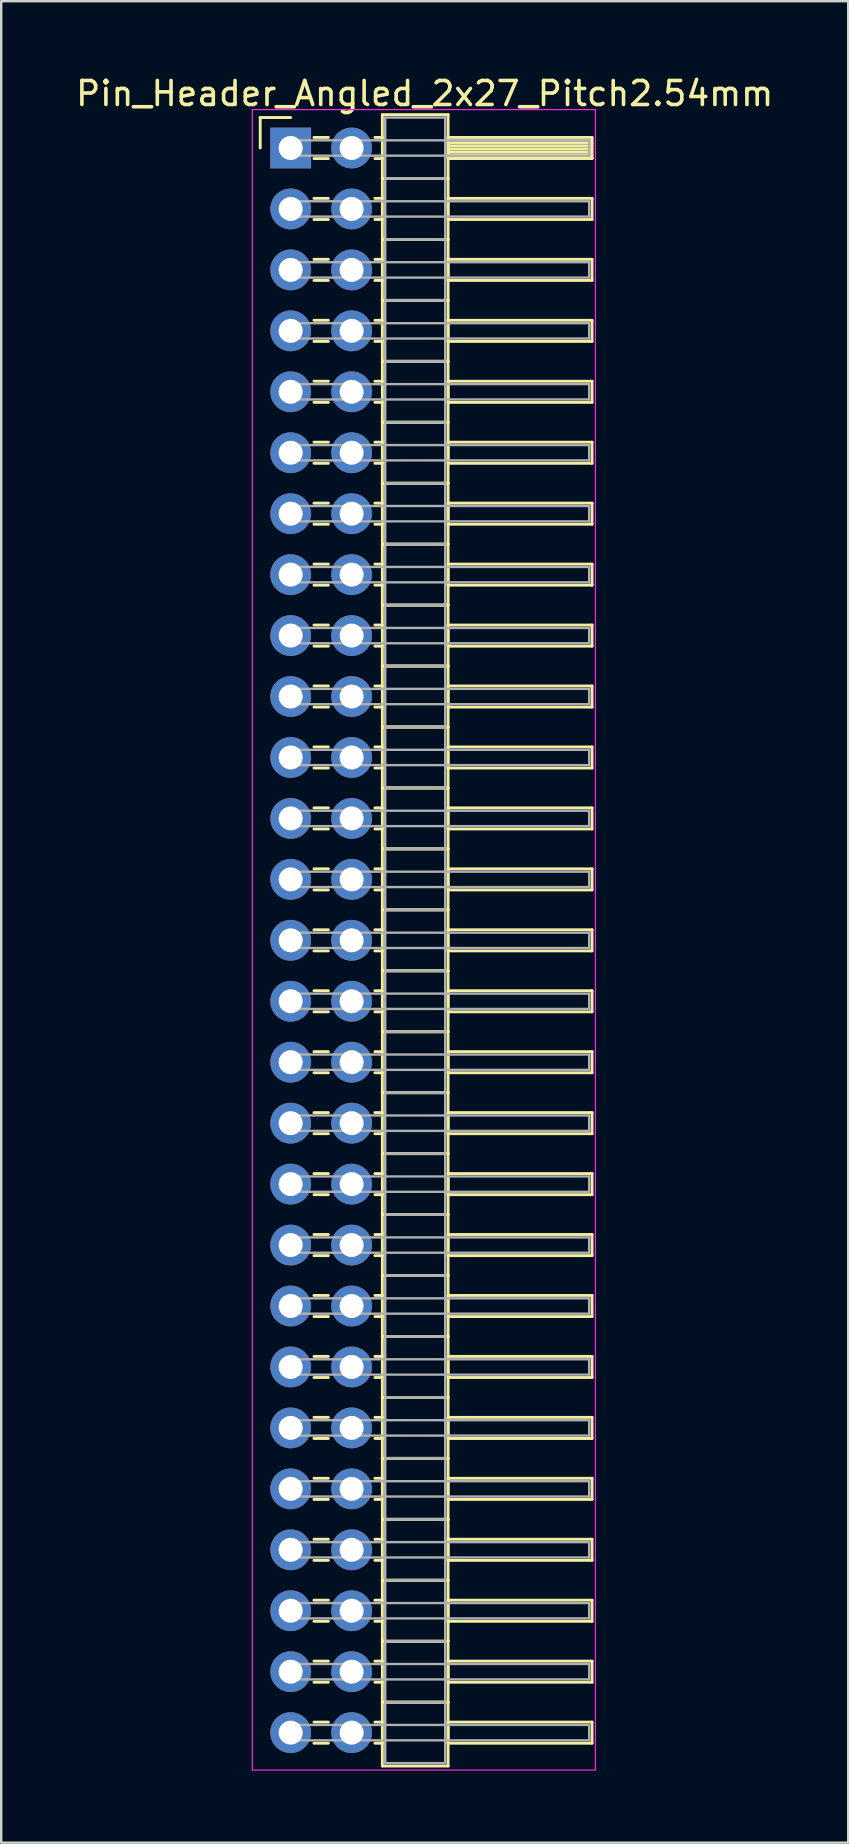
<source format=kicad_pcb>
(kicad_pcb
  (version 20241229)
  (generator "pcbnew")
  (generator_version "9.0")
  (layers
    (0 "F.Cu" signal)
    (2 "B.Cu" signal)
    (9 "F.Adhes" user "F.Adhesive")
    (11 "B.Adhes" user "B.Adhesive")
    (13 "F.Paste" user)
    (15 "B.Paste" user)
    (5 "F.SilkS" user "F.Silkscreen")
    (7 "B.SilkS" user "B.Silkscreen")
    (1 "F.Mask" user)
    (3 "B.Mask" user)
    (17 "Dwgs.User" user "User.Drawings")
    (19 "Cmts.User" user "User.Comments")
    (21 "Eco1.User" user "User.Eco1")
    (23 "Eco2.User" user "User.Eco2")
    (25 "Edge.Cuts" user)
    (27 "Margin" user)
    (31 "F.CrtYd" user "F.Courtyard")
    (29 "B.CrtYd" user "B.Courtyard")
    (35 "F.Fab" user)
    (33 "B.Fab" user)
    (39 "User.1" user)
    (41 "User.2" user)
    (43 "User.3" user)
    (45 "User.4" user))
  (footprint "Pin_Header_Angled_2x27_Pitch2.54mm"
    (layer "F.Cu")
    (at 9.064 3.118)
    (property "Reference" "Pin_Header_Angled_2x27_Pitch2.54mm" (at 5.585 -2.27 0) (layer "F.SilkS") (effects (font (size 1 1) (thickness 0.15))))
    (attr through_hole)
    (fp_line (start -1.27 -1.27) (end 0 -1.27) (stroke (width 0.12) (type solid)) (layer "F.SilkS"))
    (fp_line (start -1.27 0) (end -1.27 -1.27) (stroke (width 0.12) (type solid)) (layer "F.SilkS"))
    (fp_line (start 0.97 -0.44) (end 1.57 -0.44) (stroke (width 0.12) (type solid)) (layer "F.SilkS"))
    (fp_line (start 0.97 0.44) (end 1.57 0.44) (stroke (width 0.12) (type solid)) (layer "F.SilkS"))
    (fp_line (start 0.97 2.1) (end 1.57 2.1) (stroke (width 0.12) (type solid)) (layer "F.SilkS"))
    (fp_line (start 0.97 2.98) (end 1.57 2.98) (stroke (width 0.12) (type solid)) (layer "F.SilkS"))
    (fp_line (start 0.97 4.64) (end 1.57 4.64) (stroke (width 0.12) (type solid)) (layer "F.SilkS"))
    (fp_line (start 0.97 5.52) (end 1.57 5.52) (stroke (width 0.12) (type solid)) (layer "F.SilkS"))
    (fp_line (start 0.97 7.18) (end 1.57 7.18) (stroke (width 0.12) (type solid)) (layer "F.SilkS"))
    (fp_line (start 0.97 8.06) (end 1.57 8.06) (stroke (width 0.12) (type solid)) (layer "F.SilkS"))
    (fp_line (start 0.97 9.72) (end 1.57 9.72) (stroke (width 0.12) (type solid)) (layer "F.SilkS"))
    (fp_line (start 0.97 10.6) (end 1.57 10.6) (stroke (width 0.12) (type solid)) (layer "F.SilkS"))
    (fp_line (start 0.97 12.26) (end 1.57 12.26) (stroke (width 0.12) (type solid)) (layer "F.SilkS"))
    (fp_line (start 0.97 13.14) (end 1.57 13.14) (stroke (width 0.12) (type solid)) (layer "F.SilkS"))
    (fp_line (start 0.97 14.8) (end 1.57 14.8) (stroke (width 0.12) (type solid)) (layer "F.SilkS"))
    (fp_line (start 0.97 15.68) (end 1.57 15.68) (stroke (width 0.12) (type solid)) (layer "F.SilkS"))
    (fp_line (start 0.97 17.34) (end 1.57 17.34) (stroke (width 0.12) (type solid)) (layer "F.SilkS"))
    (fp_line (start 0.97 18.22) (end 1.57 18.22) (stroke (width 0.12) (type solid)) (layer "F.SilkS"))
    (fp_line (start 0.97 19.88) (end 1.57 19.88) (stroke (width 0.12) (type solid)) (layer "F.SilkS"))
    (fp_line (start 0.97 20.76) (end 1.57 20.76) (stroke (width 0.12) (type solid)) (layer "F.SilkS"))
    (fp_line (start 0.97 22.42) (end 1.57 22.42) (stroke (width 0.12) (type solid)) (layer "F.SilkS"))
    (fp_line (start 0.97 23.3) (end 1.57 23.3) (stroke (width 0.12) (type solid)) (layer "F.SilkS"))
    (fp_line (start 0.97 24.96) (end 1.57 24.96) (stroke (width 0.12) (type solid)) (layer "F.SilkS"))
    (fp_line (start 0.97 25.84) (end 1.57 25.84) (stroke (width 0.12) (type solid)) (layer "F.SilkS"))
    (fp_line (start 0.97 27.5) (end 1.57 27.5) (stroke (width 0.12) (type solid)) (layer "F.SilkS"))
    (fp_line (start 0.97 28.38) (end 1.57 28.38) (stroke (width 0.12) (type solid)) (layer "F.SilkS"))
    (fp_line (start 0.97 30.04) (end 1.57 30.04) (stroke (width 0.12) (type solid)) (layer "F.SilkS"))
    (fp_line (start 0.97 30.92) (end 1.57 30.92) (stroke (width 0.12) (type solid)) (layer "F.SilkS"))
    (fp_line (start 0.97 32.58) (end 1.57 32.58) (stroke (width 0.12) (type solid)) (layer "F.SilkS"))
    (fp_line (start 0.97 33.46) (end 1.57 33.46) (stroke (width 0.12) (type solid)) (layer "F.SilkS"))
    (fp_line (start 0.97 35.12) (end 1.57 35.12) (stroke (width 0.12) (type solid)) (layer "F.SilkS"))
    (fp_line (start 0.97 36) (end 1.57 36) (stroke (width 0.12) (type solid)) (layer "F.SilkS"))
    (fp_line (start 0.97 37.66) (end 1.57 37.66) (stroke (width 0.12) (type solid)) (layer "F.SilkS"))
    (fp_line (start 0.97 38.54) (end 1.57 38.54) (stroke (width 0.12) (type solid)) (layer "F.SilkS"))
    (fp_line (start 0.97 40.2) (end 1.57 40.2) (stroke (width 0.12) (type solid)) (layer "F.SilkS"))
    (fp_line (start 0.97 41.08) (end 1.57 41.08) (stroke (width 0.12) (type solid)) (layer "F.SilkS"))
    (fp_line (start 0.97 42.74) (end 1.57 42.74) (stroke (width 0.12) (type solid)) (layer "F.SilkS"))
    (fp_line (start 0.97 43.62) (end 1.57 43.62) (stroke (width 0.12) (type solid)) (layer "F.SilkS"))
    (fp_line (start 0.97 45.28) (end 1.57 45.28) (stroke (width 0.12) (type solid)) (layer "F.SilkS"))
    (fp_line (start 0.97 46.16) (end 1.57 46.16) (stroke (width 0.12) (type solid)) (layer "F.SilkS"))
    (fp_line (start 0.97 47.82) (end 1.57 47.82) (stroke (width 0.12) (type solid)) (layer "F.SilkS"))
    (fp_line (start 0.97 48.7) (end 1.57 48.7) (stroke (width 0.12) (type solid)) (layer "F.SilkS"))
    (fp_line (start 0.97 50.36) (end 1.57 50.36) (stroke (width 0.12) (type solid)) (layer "F.SilkS"))
    (fp_line (start 0.97 51.24) (end 1.57 51.24) (stroke (width 0.12) (type solid)) (layer "F.SilkS"))
    (fp_line (start 0.97 52.9) (end 1.57 52.9) (stroke (width 0.12) (type solid)) (layer "F.SilkS"))
    (fp_line (start 0.97 53.78) (end 1.57 53.78) (stroke (width 0.12) (type solid)) (layer "F.SilkS"))
    (fp_line (start 0.97 55.44) (end 1.57 55.44) (stroke (width 0.12) (type solid)) (layer "F.SilkS"))
    (fp_line (start 0.97 56.32) (end 1.57 56.32) (stroke (width 0.12) (type solid)) (layer "F.SilkS"))
    (fp_line (start 0.97 57.98) (end 1.57 57.98) (stroke (width 0.12) (type solid)) (layer "F.SilkS"))
    (fp_line (start 0.97 58.86) (end 1.57 58.86) (stroke (width 0.12) (type solid)) (layer "F.SilkS"))
    (fp_line (start 0.97 60.52) (end 1.57 60.52) (stroke (width 0.12) (type solid)) (layer "F.SilkS"))
    (fp_line (start 0.97 61.4) (end 1.57 61.4) (stroke (width 0.12) (type solid)) (layer "F.SilkS"))
    (fp_line (start 0.97 63.06) (end 1.57 63.06) (stroke (width 0.12) (type solid)) (layer "F.SilkS"))
    (fp_line (start 0.97 63.94) (end 1.57 63.94) (stroke (width 0.12) (type solid)) (layer "F.SilkS"))
    (fp_line (start 0.97 65.6) (end 1.57 65.6) (stroke (width 0.12) (type solid)) (layer "F.SilkS"))
    (fp_line (start 0.97 66.48) (end 1.57 66.48) (stroke (width 0.12) (type solid)) (layer "F.SilkS"))
    (fp_line (start 3.51 -0.44) (end 3.82 -0.44) (stroke (width 0.12) (type solid)) (layer "F.SilkS"))
    (fp_line (start 3.51 0.44) (end 3.82 0.44) (stroke (width 0.12) (type solid)) (layer "F.SilkS"))
    (fp_line (start 3.51 2.1) (end 3.82 2.1) (stroke (width 0.12) (type solid)) (layer "F.SilkS"))
    (fp_line (start 3.51 2.98) (end 3.82 2.98) (stroke (width 0.12) (type solid)) (layer "F.SilkS"))
    (fp_line (start 3.51 4.64) (end 3.82 4.64) (stroke (width 0.12) (type solid)) (layer "F.SilkS"))
    (fp_line (start 3.51 5.52) (end 3.82 5.52) (stroke (width 0.12) (type solid)) (layer "F.SilkS"))
    (fp_line (start 3.51 7.18) (end 3.82 7.18) (stroke (width 0.12) (type solid)) (layer "F.SilkS"))
    (fp_line (start 3.51 8.06) (end 3.82 8.06) (stroke (width 0.12) (type solid)) (layer "F.SilkS"))
    (fp_line (start 3.51 9.72) (end 3.82 9.72) (stroke (width 0.12) (type solid)) (layer "F.SilkS"))
    (fp_line (start 3.51 10.6) (end 3.82 10.6) (stroke (width 0.12) (type solid)) (layer "F.SilkS"))
    (fp_line (start 3.51 12.26) (end 3.82 12.26) (stroke (width 0.12) (type solid)) (layer "F.SilkS"))
    (fp_line (start 3.51 13.14) (end 3.82 13.14) (stroke (width 0.12) (type solid)) (layer "F.SilkS"))
    (fp_line (start 3.51 14.8) (end 3.82 14.8) (stroke (width 0.12) (type solid)) (layer "F.SilkS"))
    (fp_line (start 3.51 15.68) (end 3.82 15.68) (stroke (width 0.12) (type solid)) (layer "F.SilkS"))
    (fp_line (start 3.51 17.34) (end 3.82 17.34) (stroke (width 0.12) (type solid)) (layer "F.SilkS"))
    (fp_line (start 3.51 18.22) (end 3.82 18.22) (stroke (width 0.12) (type solid)) (layer "F.SilkS"))
    (fp_line (start 3.51 19.88) (end 3.82 19.88) (stroke (width 0.12) (type solid)) (layer "F.SilkS"))
    (fp_line (start 3.51 20.76) (end 3.82 20.76) (stroke (width 0.12) (type solid)) (layer "F.SilkS"))
    (fp_line (start 3.51 22.42) (end 3.82 22.42) (stroke (width 0.12) (type solid)) (layer "F.SilkS"))
    (fp_line (start 3.51 23.3) (end 3.82 23.3) (stroke (width 0.12) (type solid)) (layer "F.SilkS"))
    (fp_line (start 3.51 24.96) (end 3.82 24.96) (stroke (width 0.12) (type solid)) (layer "F.SilkS"))
    (fp_line (start 3.51 25.84) (end 3.82 25.84) (stroke (width 0.12) (type solid)) (layer "F.SilkS"))
    (fp_line (start 3.51 27.5) (end 3.82 27.5) (stroke (width 0.12) (type solid)) (layer "F.SilkS"))
    (fp_line (start 3.51 28.38) (end 3.82 28.38) (stroke (width 0.12) (type solid)) (layer "F.SilkS"))
    (fp_line (start 3.51 30.04) (end 3.82 30.04) (stroke (width 0.12) (type solid)) (layer "F.SilkS"))
    (fp_line (start 3.51 30.92) (end 3.82 30.92) (stroke (width 0.12) (type solid)) (layer "F.SilkS"))
    (fp_line (start 3.51 32.58) (end 3.82 32.58) (stroke (width 0.12) (type solid)) (layer "F.SilkS"))
    (fp_line (start 3.51 33.46) (end 3.82 33.46) (stroke (width 0.12) (type solid)) (layer "F.SilkS"))
    (fp_line (start 3.51 35.12) (end 3.82 35.12) (stroke (width 0.12) (type solid)) (layer "F.SilkS"))
    (fp_line (start 3.51 36) (end 3.82 36) (stroke (width 0.12) (type solid)) (layer "F.SilkS"))
    (fp_line (start 3.51 37.66) (end 3.82 37.66) (stroke (width 0.12) (type solid)) (layer "F.SilkS"))
    (fp_line (start 3.51 38.54) (end 3.82 38.54) (stroke (width 0.12) (type solid)) (layer "F.SilkS"))
    (fp_line (start 3.51 40.2) (end 3.82 40.2) (stroke (width 0.12) (type solid)) (layer "F.SilkS"))
    (fp_line (start 3.51 41.08) (end 3.82 41.08) (stroke (width 0.12) (type solid)) (layer "F.SilkS"))
    (fp_line (start 3.51 42.74) (end 3.82 42.74) (stroke (width 0.12) (type solid)) (layer "F.SilkS"))
    (fp_line (start 3.51 43.62) (end 3.82 43.62) (stroke (width 0.12) (type solid)) (layer "F.SilkS"))
    (fp_line (start 3.51 45.28) (end 3.82 45.28) (stroke (width 0.12) (type solid)) (layer "F.SilkS"))
    (fp_line (start 3.51 46.16) (end 3.82 46.16) (stroke (width 0.12) (type solid)) (layer "F.SilkS"))
    (fp_line (start 3.51 47.82) (end 3.82 47.82) (stroke (width 0.12) (type solid)) (layer "F.SilkS"))
    (fp_line (start 3.51 48.7) (end 3.82 48.7) (stroke (width 0.12) (type solid)) (layer "F.SilkS"))
    (fp_line (start 3.51 50.36) (end 3.82 50.36) (stroke (width 0.12) (type solid)) (layer "F.SilkS"))
    (fp_line (start 3.51 51.24) (end 3.82 51.24) (stroke (width 0.12) (type solid)) (layer "F.SilkS"))
    (fp_line (start 3.51 52.9) (end 3.82 52.9) (stroke (width 0.12) (type solid)) (layer "F.SilkS"))
    (fp_line (start 3.51 53.78) (end 3.82 53.78) (stroke (width 0.12) (type solid)) (layer "F.SilkS"))
    (fp_line (start 3.51 55.44) (end 3.82 55.44) (stroke (width 0.12) (type solid)) (layer "F.SilkS"))
    (fp_line (start 3.51 56.32) (end 3.82 56.32) (stroke (width 0.12) (type solid)) (layer "F.SilkS"))
    (fp_line (start 3.51 57.98) (end 3.82 57.98) (stroke (width 0.12) (type solid)) (layer "F.SilkS"))
    (fp_line (start 3.51 58.86) (end 3.82 58.86) (stroke (width 0.12) (type solid)) (layer "F.SilkS"))
    (fp_line (start 3.51 60.52) (end 3.82 60.52) (stroke (width 0.12) (type solid)) (layer "F.SilkS"))
    (fp_line (start 3.51 61.4) (end 3.82 61.4) (stroke (width 0.12) (type solid)) (layer "F.SilkS"))
    (fp_line (start 3.51 63.06) (end 3.82 63.06) (stroke (width 0.12) (type solid)) (layer "F.SilkS"))
    (fp_line (start 3.51 63.94) (end 3.82 63.94) (stroke (width 0.12) (type solid)) (layer "F.SilkS"))
    (fp_line (start 3.51 65.6) (end 3.82 65.6) (stroke (width 0.12) (type solid)) (layer "F.SilkS"))
    (fp_line (start 3.51 66.48) (end 3.82 66.48) (stroke (width 0.12) (type solid)) (layer "F.SilkS"))
    (fp_line (start 3.82 -1.39) (end 3.82 1.27) (stroke (width 0.12) (type solid)) (layer "F.SilkS"))
    (fp_line (start 3.82 1.27) (end 3.82 3.81) (stroke (width 0.12) (type solid)) (layer "F.SilkS"))
    (fp_line (start 3.82 1.27) (end 6.56 1.27) (stroke (width 0.12) (type solid)) (layer "F.SilkS"))
    (fp_line (start 3.82 3.81) (end 3.82 6.35) (stroke (width 0.12) (type solid)) (layer "F.SilkS"))
    (fp_line (start 3.82 3.81) (end 6.56 3.81) (stroke (width 0.12) (type solid)) (layer "F.SilkS"))
    (fp_line (start 3.82 6.35) (end 3.82 8.89) (stroke (width 0.12) (type solid)) (layer "F.SilkS"))
    (fp_line (start 3.82 6.35) (end 6.56 6.35) (stroke (width 0.12) (type solid)) (layer "F.SilkS"))
    (fp_line (start 3.82 8.89) (end 3.82 11.43) (stroke (width 0.12) (type solid)) (layer "F.SilkS"))
    (fp_line (start 3.82 8.89) (end 6.56 8.89) (stroke (width 0.12) (type solid)) (layer "F.SilkS"))
    (fp_line (start 3.82 11.43) (end 3.82 13.97) (stroke (width 0.12) (type solid)) (layer "F.SilkS"))
    (fp_line (start 3.82 11.43) (end 6.56 11.43) (stroke (width 0.12) (type solid)) (layer "F.SilkS"))
    (fp_line (start 3.82 13.97) (end 3.82 16.51) (stroke (width 0.12) (type solid)) (layer "F.SilkS"))
    (fp_line (start 3.82 13.97) (end 6.56 13.97) (stroke (width 0.12) (type solid)) (layer "F.SilkS"))
    (fp_line (start 3.82 16.51) (end 3.82 19.05) (stroke (width 0.12) (type solid)) (layer "F.SilkS"))
    (fp_line (start 3.82 16.51) (end 6.56 16.51) (stroke (width 0.12) (type solid)) (layer "F.SilkS"))
    (fp_line (start 3.82 19.05) (end 3.82 21.59) (stroke (width 0.12) (type solid)) (layer "F.SilkS"))
    (fp_line (start 3.82 19.05) (end 6.56 19.05) (stroke (width 0.12) (type solid)) (layer "F.SilkS"))
    (fp_line (start 3.82 21.59) (end 3.82 24.13) (stroke (width 0.12) (type solid)) (layer "F.SilkS"))
    (fp_line (start 3.82 21.59) (end 6.56 21.59) (stroke (width 0.12) (type solid)) (layer "F.SilkS"))
    (fp_line (start 3.82 24.13) (end 3.82 26.67) (stroke (width 0.12) (type solid)) (layer "F.SilkS"))
    (fp_line (start 3.82 24.13) (end 6.56 24.13) (stroke (width 0.12) (type solid)) (layer "F.SilkS"))
    (fp_line (start 3.82 26.67) (end 3.82 29.21) (stroke (width 0.12) (type solid)) (layer "F.SilkS"))
    (fp_line (start 3.82 26.67) (end 6.56 26.67) (stroke (width 0.12) (type solid)) (layer "F.SilkS"))
    (fp_line (start 3.82 29.21) (end 3.82 31.75) (stroke (width 0.12) (type solid)) (layer "F.SilkS"))
    (fp_line (start 3.82 29.21) (end 6.56 29.21) (stroke (width 0.12) (type solid)) (layer "F.SilkS"))
    (fp_line (start 3.82 31.75) (end 3.82 34.29) (stroke (width 0.12) (type solid)) (layer "F.SilkS"))
    (fp_line (start 3.82 31.75) (end 6.56 31.75) (stroke (width 0.12) (type solid)) (layer "F.SilkS"))
    (fp_line (start 3.82 34.29) (end 3.82 36.83) (stroke (width 0.12) (type solid)) (layer "F.SilkS"))
    (fp_line (start 3.82 34.29) (end 6.56 34.29) (stroke (width 0.12) (type solid)) (layer "F.SilkS"))
    (fp_line (start 3.82 36.83) (end 3.82 39.37) (stroke (width 0.12) (type solid)) (layer "F.SilkS"))
    (fp_line (start 3.82 36.83) (end 6.56 36.83) (stroke (width 0.12) (type solid)) (layer "F.SilkS"))
    (fp_line (start 3.82 39.37) (end 3.82 41.91) (stroke (width 0.12) (type solid)) (layer "F.SilkS"))
    (fp_line (start 3.82 39.37) (end 6.56 39.37) (stroke (width 0.12) (type solid)) (layer "F.SilkS"))
    (fp_line (start 3.82 41.91) (end 3.82 44.45) (stroke (width 0.12) (type solid)) (layer "F.SilkS"))
    (fp_line (start 3.82 41.91) (end 6.56 41.91) (stroke (width 0.12) (type solid)) (layer "F.SilkS"))
    (fp_line (start 3.82 44.45) (end 3.82 46.99) (stroke (width 0.12) (type solid)) (layer "F.SilkS"))
    (fp_line (start 3.82 44.45) (end 6.56 44.45) (stroke (width 0.12) (type solid)) (layer "F.SilkS"))
    (fp_line (start 3.82 46.99) (end 3.82 49.53) (stroke (width 0.12) (type solid)) (layer "F.SilkS"))
    (fp_line (start 3.82 46.99) (end 6.56 46.99) (stroke (width 0.12) (type solid)) (layer "F.SilkS"))
    (fp_line (start 3.82 49.53) (end 3.82 52.07) (stroke (width 0.12) (type solid)) (layer "F.SilkS"))
    (fp_line (start 3.82 49.53) (end 6.56 49.53) (stroke (width 0.12) (type solid)) (layer "F.SilkS"))
    (fp_line (start 3.82 52.07) (end 3.82 54.61) (stroke (width 0.12) (type solid)) (layer "F.SilkS"))
    (fp_line (start 3.82 52.07) (end 6.56 52.07) (stroke (width 0.12) (type solid)) (layer "F.SilkS"))
    (fp_line (start 3.82 54.61) (end 3.82 57.15) (stroke (width 0.12) (type solid)) (layer "F.SilkS"))
    (fp_line (start 3.82 54.61) (end 6.56 54.61) (stroke (width 0.12) (type solid)) (layer "F.SilkS"))
    (fp_line (start 3.82 57.15) (end 3.82 59.69) (stroke (width 0.12) (type solid)) (layer "F.SilkS"))
    (fp_line (start 3.82 57.15) (end 6.56 57.15) (stroke (width 0.12) (type solid)) (layer "F.SilkS"))
    (fp_line (start 3.82 59.69) (end 3.82 62.23) (stroke (width 0.12) (type solid)) (layer "F.SilkS"))
    (fp_line (start 3.82 59.69) (end 6.56 59.69) (stroke (width 0.12) (type solid)) (layer "F.SilkS"))
    (fp_line (start 3.82 62.23) (end 3.82 64.77) (stroke (width 0.12) (type solid)) (layer "F.SilkS"))
    (fp_line (start 3.82 62.23) (end 6.56 62.23) (stroke (width 0.12) (type solid)) (layer "F.SilkS"))
    (fp_line (start 3.82 64.77) (end 3.82 67.43) (stroke (width 0.12) (type solid)) (layer "F.SilkS"))
    (fp_line (start 3.82 64.77) (end 6.56 64.77) (stroke (width 0.12) (type solid)) (layer "F.SilkS"))
    (fp_line (start 3.82 67.43) (end 6.56 67.43) (stroke (width 0.12) (type solid)) (layer "F.SilkS"))
    (fp_line (start 6.56 -1.39) (end 3.82 -1.39) (stroke (width 0.12) (type solid)) (layer "F.SilkS"))
    (fp_line (start 6.56 -0.44) (end 6.56 0.44) (stroke (width 0.12) (type solid)) (layer "F.SilkS"))
    (fp_line (start 6.56 -0.32) (end 12.56 -0.32) (stroke (width 0.12) (type solid)) (layer "F.SilkS"))
    (fp_line (start 6.56 -0.2) (end 12.56 -0.2) (stroke (width 0.12) (type solid)) (layer "F.SilkS"))
    (fp_line (start 6.56 -0.08) (end 12.56 -0.08) (stroke (width 0.12) (type solid)) (layer "F.SilkS"))
    (fp_line (start 6.56 0.04) (end 12.56 0.04) (stroke (width 0.12) (type solid)) (layer "F.SilkS"))
    (fp_line (start 6.56 0.16) (end 12.56 0.16) (stroke (width 0.12) (type solid)) (layer "F.SilkS"))
    (fp_line (start 6.56 0.28) (end 12.56 0.28) (stroke (width 0.12) (type solid)) (layer "F.SilkS"))
    (fp_line (start 6.56 0.4) (end 12.56 0.4) (stroke (width 0.12) (type solid)) (layer "F.SilkS"))
    (fp_line (start 6.56 0.44) (end 12.56 0.44) (stroke (width 0.12) (type solid)) (layer "F.SilkS"))
    (fp_line (start 6.56 1.27) (end 3.82 1.27) (stroke (width 0.12) (type solid)) (layer "F.SilkS"))
    (fp_line (start 6.56 1.27) (end 6.56 -1.39) (stroke (width 0.12) (type solid)) (layer "F.SilkS"))
    (fp_line (start 6.56 2.1) (end 6.56 2.98) (stroke (width 0.12) (type solid)) (layer "F.SilkS"))
    (fp_line (start 6.56 2.98) (end 12.56 2.98) (stroke (width 0.12) (type solid)) (layer "F.SilkS"))
    (fp_line (start 6.56 3.81) (end 3.82 3.81) (stroke (width 0.12) (type solid)) (layer "F.SilkS"))
    (fp_line (start 6.56 3.81) (end 6.56 1.27) (stroke (width 0.12) (type solid)) (layer "F.SilkS"))
    (fp_line (start 6.56 4.64) (end 6.56 5.52) (stroke (width 0.12) (type solid)) (layer "F.SilkS"))
    (fp_line (start 6.56 5.52) (end 12.56 5.52) (stroke (width 0.12) (type solid)) (layer "F.SilkS"))
    (fp_line (start 6.56 6.35) (end 3.82 6.35) (stroke (width 0.12) (type solid)) (layer "F.SilkS"))
    (fp_line (start 6.56 6.35) (end 6.56 3.81) (stroke (width 0.12) (type solid)) (layer "F.SilkS"))
    (fp_line (start 6.56 7.18) (end 6.56 8.06) (stroke (width 0.12) (type solid)) (layer "F.SilkS"))
    (fp_line (start 6.56 8.06) (end 12.56 8.06) (stroke (width 0.12) (type solid)) (layer "F.SilkS"))
    (fp_line (start 6.56 8.89) (end 3.82 8.89) (stroke (width 0.12) (type solid)) (layer "F.SilkS"))
    (fp_line (start 6.56 8.89) (end 6.56 6.35) (stroke (width 0.12) (type solid)) (layer "F.SilkS"))
    (fp_line (start 6.56 9.72) (end 6.56 10.6) (stroke (width 0.12) (type solid)) (layer "F.SilkS"))
    (fp_line (start 6.56 10.6) (end 12.56 10.6) (stroke (width 0.12) (type solid)) (layer "F.SilkS"))
    (fp_line (start 6.56 11.43) (end 3.82 11.43) (stroke (width 0.12) (type solid)) (layer "F.SilkS"))
    (fp_line (start 6.56 11.43) (end 6.56 8.89) (stroke (width 0.12) (type solid)) (layer "F.SilkS"))
    (fp_line (start 6.56 12.26) (end 6.56 13.14) (stroke (width 0.12) (type solid)) (layer "F.SilkS"))
    (fp_line (start 6.56 13.14) (end 12.56 13.14) (stroke (width 0.12) (type solid)) (layer "F.SilkS"))
    (fp_line (start 6.56 13.97) (end 3.82 13.97) (stroke (width 0.12) (type solid)) (layer "F.SilkS"))
    (fp_line (start 6.56 13.97) (end 6.56 11.43) (stroke (width 0.12) (type solid)) (layer "F.SilkS"))
    (fp_line (start 6.56 14.8) (end 6.56 15.68) (stroke (width 0.12) (type solid)) (layer "F.SilkS"))
    (fp_line (start 6.56 15.68) (end 12.56 15.68) (stroke (width 0.12) (type solid)) (layer "F.SilkS"))
    (fp_line (start 6.56 16.51) (end 3.82 16.51) (stroke (width 0.12) (type solid)) (layer "F.SilkS"))
    (fp_line (start 6.56 16.51) (end 6.56 13.97) (stroke (width 0.12) (type solid)) (layer "F.SilkS"))
    (fp_line (start 6.56 17.34) (end 6.56 18.22) (stroke (width 0.12) (type solid)) (layer "F.SilkS"))
    (fp_line (start 6.56 18.22) (end 12.56 18.22) (stroke (width 0.12) (type solid)) (layer "F.SilkS"))
    (fp_line (start 6.56 19.05) (end 3.82 19.05) (stroke (width 0.12) (type solid)) (layer "F.SilkS"))
    (fp_line (start 6.56 19.05) (end 6.56 16.51) (stroke (width 0.12) (type solid)) (layer "F.SilkS"))
    (fp_line (start 6.56 19.88) (end 6.56 20.76) (stroke (width 0.12) (type solid)) (layer "F.SilkS"))
    (fp_line (start 6.56 20.76) (end 12.56 20.76) (stroke (width 0.12) (type solid)) (layer "F.SilkS"))
    (fp_line (start 6.56 21.59) (end 3.82 21.59) (stroke (width 0.12) (type solid)) (layer "F.SilkS"))
    (fp_line (start 6.56 21.59) (end 6.56 19.05) (stroke (width 0.12) (type solid)) (layer "F.SilkS"))
    (fp_line (start 6.56 22.42) (end 6.56 23.3) (stroke (width 0.12) (type solid)) (layer "F.SilkS"))
    (fp_line (start 6.56 23.3) (end 12.56 23.3) (stroke (width 0.12) (type solid)) (layer "F.SilkS"))
    (fp_line (start 6.56 24.13) (end 3.82 24.13) (stroke (width 0.12) (type solid)) (layer "F.SilkS"))
    (fp_line (start 6.56 24.13) (end 6.56 21.59) (stroke (width 0.12) (type solid)) (layer "F.SilkS"))
    (fp_line (start 6.56 24.96) (end 6.56 25.84) (stroke (width 0.12) (type solid)) (layer "F.SilkS"))
    (fp_line (start 6.56 25.84) (end 12.56 25.84) (stroke (width 0.12) (type solid)) (layer "F.SilkS"))
    (fp_line (start 6.56 26.67) (end 3.82 26.67) (stroke (width 0.12) (type solid)) (layer "F.SilkS"))
    (fp_line (start 6.56 26.67) (end 6.56 24.13) (stroke (width 0.12) (type solid)) (layer "F.SilkS"))
    (fp_line (start 6.56 27.5) (end 6.56 28.38) (stroke (width 0.12) (type solid)) (layer "F.SilkS"))
    (fp_line (start 6.56 28.38) (end 12.56 28.38) (stroke (width 0.12) (type solid)) (layer "F.SilkS"))
    (fp_line (start 6.56 29.21) (end 3.82 29.21) (stroke (width 0.12) (type solid)) (layer "F.SilkS"))
    (fp_line (start 6.56 29.21) (end 6.56 26.67) (stroke (width 0.12) (type solid)) (layer "F.SilkS"))
    (fp_line (start 6.56 30.04) (end 6.56 30.92) (stroke (width 0.12) (type solid)) (layer "F.SilkS"))
    (fp_line (start 6.56 30.92) (end 12.56 30.92) (stroke (width 0.12) (type solid)) (layer "F.SilkS"))
    (fp_line (start 6.56 31.75) (end 3.82 31.75) (stroke (width 0.12) (type solid)) (layer "F.SilkS"))
    (fp_line (start 6.56 31.75) (end 6.56 29.21) (stroke (width 0.12) (type solid)) (layer "F.SilkS"))
    (fp_line (start 6.56 32.58) (end 6.56 33.46) (stroke (width 0.12) (type solid)) (layer "F.SilkS"))
    (fp_line (start 6.56 33.46) (end 12.56 33.46) (stroke (width 0.12) (type solid)) (layer "F.SilkS"))
    (fp_line (start 6.56 34.29) (end 3.82 34.29) (stroke (width 0.12) (type solid)) (layer "F.SilkS"))
    (fp_line (start 6.56 34.29) (end 6.56 31.75) (stroke (width 0.12) (type solid)) (layer "F.SilkS"))
    (fp_line (start 6.56 35.12) (end 6.56 36) (stroke (width 0.12) (type solid)) (layer "F.SilkS"))
    (fp_line (start 6.56 36) (end 12.56 36) (stroke (width 0.12) (type solid)) (layer "F.SilkS"))
    (fp_line (start 6.56 36.83) (end 3.82 36.83) (stroke (width 0.12) (type solid)) (layer "F.SilkS"))
    (fp_line (start 6.56 36.83) (end 6.56 34.29) (stroke (width 0.12) (type solid)) (layer "F.SilkS"))
    (fp_line (start 6.56 37.66) (end 6.56 38.54) (stroke (width 0.12) (type solid)) (layer "F.SilkS"))
    (fp_line (start 6.56 38.54) (end 12.56 38.54) (stroke (width 0.12) (type solid)) (layer "F.SilkS"))
    (fp_line (start 6.56 39.37) (end 3.82 39.37) (stroke (width 0.12) (type solid)) (layer "F.SilkS"))
    (fp_line (start 6.56 39.37) (end 6.56 36.83) (stroke (width 0.12) (type solid)) (layer "F.SilkS"))
    (fp_line (start 6.56 40.2) (end 6.56 41.08) (stroke (width 0.12) (type solid)) (layer "F.SilkS"))
    (fp_line (start 6.56 41.08) (end 12.56 41.08) (stroke (width 0.12) (type solid)) (layer "F.SilkS"))
    (fp_line (start 6.56 41.91) (end 3.82 41.91) (stroke (width 0.12) (type solid)) (layer "F.SilkS"))
    (fp_line (start 6.56 41.91) (end 6.56 39.37) (stroke (width 0.12) (type solid)) (layer "F.SilkS"))
    (fp_line (start 6.56 42.74) (end 6.56 43.62) (stroke (width 0.12) (type solid)) (layer "F.SilkS"))
    (fp_line (start 6.56 43.62) (end 12.56 43.62) (stroke (width 0.12) (type solid)) (layer "F.SilkS"))
    (fp_line (start 6.56 44.45) (end 3.82 44.45) (stroke (width 0.12) (type solid)) (layer "F.SilkS"))
    (fp_line (start 6.56 44.45) (end 6.56 41.91) (stroke (width 0.12) (type solid)) (layer "F.SilkS"))
    (fp_line (start 6.56 45.28) (end 6.56 46.16) (stroke (width 0.12) (type solid)) (layer "F.SilkS"))
    (fp_line (start 6.56 46.16) (end 12.56 46.16) (stroke (width 0.12) (type solid)) (layer "F.SilkS"))
    (fp_line (start 6.56 46.99) (end 3.82 46.99) (stroke (width 0.12) (type solid)) (layer "F.SilkS"))
    (fp_line (start 6.56 46.99) (end 6.56 44.45) (stroke (width 0.12) (type solid)) (layer "F.SilkS"))
    (fp_line (start 6.56 47.82) (end 6.56 48.7) (stroke (width 0.12) (type solid)) (layer "F.SilkS"))
    (fp_line (start 6.56 48.7) (end 12.56 48.7) (stroke (width 0.12) (type solid)) (layer "F.SilkS"))
    (fp_line (start 6.56 49.53) (end 3.82 49.53) (stroke (width 0.12) (type solid)) (layer "F.SilkS"))
    (fp_line (start 6.56 49.53) (end 6.56 46.99) (stroke (width 0.12) (type solid)) (layer "F.SilkS"))
    (fp_line (start 6.56 50.36) (end 6.56 51.24) (stroke (width 0.12) (type solid)) (layer "F.SilkS"))
    (fp_line (start 6.56 51.24) (end 12.56 51.24) (stroke (width 0.12) (type solid)) (layer "F.SilkS"))
    (fp_line (start 6.56 52.07) (end 3.82 52.07) (stroke (width 0.12) (type solid)) (layer "F.SilkS"))
    (fp_line (start 6.56 52.07) (end 6.56 49.53) (stroke (width 0.12) (type solid)) (layer "F.SilkS"))
    (fp_line (start 6.56 52.9) (end 6.56 53.78) (stroke (width 0.12) (type solid)) (layer "F.SilkS"))
    (fp_line (start 6.56 53.78) (end 12.56 53.78) (stroke (width 0.12) (type solid)) (layer "F.SilkS"))
    (fp_line (start 6.56 54.61) (end 3.82 54.61) (stroke (width 0.12) (type solid)) (layer "F.SilkS"))
    (fp_line (start 6.56 54.61) (end 6.56 52.07) (stroke (width 0.12) (type solid)) (layer "F.SilkS"))
    (fp_line (start 6.56 55.44) (end 6.56 56.32) (stroke (width 0.12) (type solid)) (layer "F.SilkS"))
    (fp_line (start 6.56 56.32) (end 12.56 56.32) (stroke (width 0.12) (type solid)) (layer "F.SilkS"))
    (fp_line (start 6.56 57.15) (end 3.82 57.15) (stroke (width 0.12) (type solid)) (layer "F.SilkS"))
    (fp_line (start 6.56 57.15) (end 6.56 54.61) (stroke (width 0.12) (type solid)) (layer "F.SilkS"))
    (fp_line (start 6.56 57.98) (end 6.56 58.86) (stroke (width 0.12) (type solid)) (layer "F.SilkS"))
    (fp_line (start 6.56 58.86) (end 12.56 58.86) (stroke (width 0.12) (type solid)) (layer "F.SilkS"))
    (fp_line (start 6.56 59.69) (end 3.82 59.69) (stroke (width 0.12) (type solid)) (layer "F.SilkS"))
    (fp_line (start 6.56 59.69) (end 6.56 57.15) (stroke (width 0.12) (type solid)) (layer "F.SilkS"))
    (fp_line (start 6.56 60.52) (end 6.56 61.4) (stroke (width 0.12) (type solid)) (layer "F.SilkS"))
    (fp_line (start 6.56 61.4) (end 12.56 61.4) (stroke (width 0.12) (type solid)) (layer "F.SilkS"))
    (fp_line (start 6.56 62.23) (end 3.82 62.23) (stroke (width 0.12) (type solid)) (layer "F.SilkS"))
    (fp_line (start 6.56 62.23) (end 6.56 59.69) (stroke (width 0.12) (type solid)) (layer "F.SilkS"))
    (fp_line (start 6.56 63.06) (end 6.56 63.94) (stroke (width 0.12) (type solid)) (layer "F.SilkS"))
    (fp_line (start 6.56 63.94) (end 12.56 63.94) (stroke (width 0.12) (type solid)) (layer "F.SilkS"))
    (fp_line (start 6.56 64.77) (end 3.82 64.77) (stroke (width 0.12) (type solid)) (layer "F.SilkS"))
    (fp_line (start 6.56 64.77) (end 6.56 62.23) (stroke (width 0.12) (type solid)) (layer "F.SilkS"))
    (fp_line (start 6.56 65.6) (end 6.56 66.48) (stroke (width 0.12) (type solid)) (layer "F.SilkS"))
    (fp_line (start 6.56 66.48) (end 12.56 66.48) (stroke (width 0.12) (type solid)) (layer "F.SilkS"))
    (fp_line (start 6.56 67.43) (end 6.56 64.77) (stroke (width 0.12) (type solid)) (layer "F.SilkS"))
    (fp_line (start 12.56 -0.44) (end 6.56 -0.44) (stroke (width 0.12) (type solid)) (layer "F.SilkS"))
    (fp_line (start 12.56 0.44) (end 12.56 -0.44) (stroke (width 0.12) (type solid)) (layer "F.SilkS"))
    (fp_line (start 12.56 2.1) (end 6.56 2.1) (stroke (width 0.12) (type solid)) (layer "F.SilkS"))
    (fp_line (start 12.56 2.98) (end 12.56 2.1) (stroke (width 0.12) (type solid)) (layer "F.SilkS"))
    (fp_line (start 12.56 4.64) (end 6.56 4.64) (stroke (width 0.12) (type solid)) (layer "F.SilkS"))
    (fp_line (start 12.56 5.52) (end 12.56 4.64) (stroke (width 0.12) (type solid)) (layer "F.SilkS"))
    (fp_line (start 12.56 7.18) (end 6.56 7.18) (stroke (width 0.12) (type solid)) (layer "F.SilkS"))
    (fp_line (start 12.56 8.06) (end 12.56 7.18) (stroke (width 0.12) (type solid)) (layer "F.SilkS"))
    (fp_line (start 12.56 9.72) (end 6.56 9.72) (stroke (width 0.12) (type solid)) (layer "F.SilkS"))
    (fp_line (start 12.56 10.6) (end 12.56 9.72) (stroke (width 0.12) (type solid)) (layer "F.SilkS"))
    (fp_line (start 12.56 12.26) (end 6.56 12.26) (stroke (width 0.12) (type solid)) (layer "F.SilkS"))
    (fp_line (start 12.56 13.14) (end 12.56 12.26) (stroke (width 0.12) (type solid)) (layer "F.SilkS"))
    (fp_line (start 12.56 14.8) (end 6.56 14.8) (stroke (width 0.12) (type solid)) (layer "F.SilkS"))
    (fp_line (start 12.56 15.68) (end 12.56 14.8) (stroke (width 0.12) (type solid)) (layer "F.SilkS"))
    (fp_line (start 12.56 17.34) (end 6.56 17.34) (stroke (width 0.12) (type solid)) (layer "F.SilkS"))
    (fp_line (start 12.56 18.22) (end 12.56 17.34) (stroke (width 0.12) (type solid)) (layer "F.SilkS"))
    (fp_line (start 12.56 19.88) (end 6.56 19.88) (stroke (width 0.12) (type solid)) (layer "F.SilkS"))
    (fp_line (start 12.56 20.76) (end 12.56 19.88) (stroke (width 0.12) (type solid)) (layer "F.SilkS"))
    (fp_line (start 12.56 22.42) (end 6.56 22.42) (stroke (width 0.12) (type solid)) (layer "F.SilkS"))
    (fp_line (start 12.56 23.3) (end 12.56 22.42) (stroke (width 0.12) (type solid)) (layer "F.SilkS"))
    (fp_line (start 12.56 24.96) (end 6.56 24.96) (stroke (width 0.12) (type solid)) (layer "F.SilkS"))
    (fp_line (start 12.56 25.84) (end 12.56 24.96) (stroke (width 0.12) (type solid)) (layer "F.SilkS"))
    (fp_line (start 12.56 27.5) (end 6.56 27.5) (stroke (width 0.12) (type solid)) (layer "F.SilkS"))
    (fp_line (start 12.56 28.38) (end 12.56 27.5) (stroke (width 0.12) (type solid)) (layer "F.SilkS"))
    (fp_line (start 12.56 30.04) (end 6.56 30.04) (stroke (width 0.12) (type solid)) (layer "F.SilkS"))
    (fp_line (start 12.56 30.92) (end 12.56 30.04) (stroke (width 0.12) (type solid)) (layer "F.SilkS"))
    (fp_line (start 12.56 32.58) (end 6.56 32.58) (stroke (width 0.12) (type solid)) (layer "F.SilkS"))
    (fp_line (start 12.56 33.46) (end 12.56 32.58) (stroke (width 0.12) (type solid)) (layer "F.SilkS"))
    (fp_line (start 12.56 35.12) (end 6.56 35.12) (stroke (width 0.12) (type solid)) (layer "F.SilkS"))
    (fp_line (start 12.56 36) (end 12.56 35.12) (stroke (width 0.12) (type solid)) (layer "F.SilkS"))
    (fp_line (start 12.56 37.66) (end 6.56 37.66) (stroke (width 0.12) (type solid)) (layer "F.SilkS"))
    (fp_line (start 12.56 38.54) (end 12.56 37.66) (stroke (width 0.12) (type solid)) (layer "F.SilkS"))
    (fp_line (start 12.56 40.2) (end 6.56 40.2) (stroke (width 0.12) (type solid)) (layer "F.SilkS"))
    (fp_line (start 12.56 41.08) (end 12.56 40.2) (stroke (width 0.12) (type solid)) (layer "F.SilkS"))
    (fp_line (start 12.56 42.74) (end 6.56 42.74) (stroke (width 0.12) (type solid)) (layer "F.SilkS"))
    (fp_line (start 12.56 43.62) (end 12.56 42.74) (stroke (width 0.12) (type solid)) (layer "F.SilkS"))
    (fp_line (start 12.56 45.28) (end 6.56 45.28) (stroke (width 0.12) (type solid)) (layer "F.SilkS"))
    (fp_line (start 12.56 46.16) (end 12.56 45.28) (stroke (width 0.12) (type solid)) (layer "F.SilkS"))
    (fp_line (start 12.56 47.82) (end 6.56 47.82) (stroke (width 0.12) (type solid)) (layer "F.SilkS"))
    (fp_line (start 12.56 48.7) (end 12.56 47.82) (stroke (width 0.12) (type solid)) (layer "F.SilkS"))
    (fp_line (start 12.56 50.36) (end 6.56 50.36) (stroke (width 0.12) (type solid)) (layer "F.SilkS"))
    (fp_line (start 12.56 51.24) (end 12.56 50.36) (stroke (width 0.12) (type solid)) (layer "F.SilkS"))
    (fp_line (start 12.56 52.9) (end 6.56 52.9) (stroke (width 0.12) (type solid)) (layer "F.SilkS"))
    (fp_line (start 12.56 53.78) (end 12.56 52.9) (stroke (width 0.12) (type solid)) (layer "F.SilkS"))
    (fp_line (start 12.56 55.44) (end 6.56 55.44) (stroke (width 0.12) (type solid)) (layer "F.SilkS"))
    (fp_line (start 12.56 56.32) (end 12.56 55.44) (stroke (width 0.12) (type solid)) (layer "F.SilkS"))
    (fp_line (start 12.56 57.98) (end 6.56 57.98) (stroke (width 0.12) (type solid)) (layer "F.SilkS"))
    (fp_line (start 12.56 58.86) (end 12.56 57.98) (stroke (width 0.12) (type solid)) (layer "F.SilkS"))
    (fp_line (start 12.56 60.52) (end 6.56 60.52) (stroke (width 0.12) (type solid)) (layer "F.SilkS"))
    (fp_line (start 12.56 61.4) (end 12.56 60.52) (stroke (width 0.12) (type solid)) (layer "F.SilkS"))
    (fp_line (start 12.56 63.06) (end 6.56 63.06) (stroke (width 0.12) (type solid)) (layer "F.SilkS"))
    (fp_line (start 12.56 63.94) (end 12.56 63.06) (stroke (width 0.12) (type solid)) (layer "F.SilkS"))
    (fp_line (start 12.56 65.6) (end 6.56 65.6) (stroke (width 0.12) (type solid)) (layer "F.SilkS"))
    (fp_line (start 12.56 66.48) (end 12.56 65.6) (stroke (width 0.12) (type solid)) (layer "F.SilkS"))
    (fp_line (start -1.6 -1.6) (end -1.6 67.6) (stroke (width 0.05) (type solid)) (layer "F.CrtYd"))
    (fp_line (start -1.6 67.6) (end 12.7 67.6) (stroke (width 0.05) (type solid)) (layer "F.CrtYd"))
    (fp_line (start 12.7 -1.6) (end -1.6 -1.6) (stroke (width 0.05) (type solid)) (layer "F.CrtYd"))
    (fp_line (start 12.7 67.6) (end 12.7 -1.6) (stroke (width 0.05) (type solid)) (layer "F.CrtYd"))
    (fp_line (start 0 -0.32) (end 0 0.32) (stroke (width 0.1) (type solid)) (layer "F.Fab"))
    (fp_line (start 0 0.32) (end 12.44 0.32) (stroke (width 0.1) (type solid)) (layer "F.Fab"))
    (fp_line (start 0 2.22) (end 0 2.86) (stroke (width 0.1) (type solid)) (layer "F.Fab"))
    (fp_line (start 0 2.86) (end 12.44 2.86) (stroke (width 0.1) (type solid)) (layer "F.Fab"))
    (fp_line (start 0 4.76) (end 0 5.4) (stroke (width 0.1) (type solid)) (layer "F.Fab"))
    (fp_line (start 0 5.4) (end 12.44 5.4) (stroke (width 0.1) (type solid)) (layer "F.Fab"))
    (fp_line (start 0 7.3) (end 0 7.94) (stroke (width 0.1) (type solid)) (layer "F.Fab"))
    (fp_line (start 0 7.94) (end 12.44 7.94) (stroke (width 0.1) (type solid)) (layer "F.Fab"))
    (fp_line (start 0 9.84) (end 0 10.48) (stroke (width 0.1) (type solid)) (layer "F.Fab"))
    (fp_line (start 0 10.48) (end 12.44 10.48) (stroke (width 0.1) (type solid)) (layer "F.Fab"))
    (fp_line (start 0 12.38) (end 0 13.02) (stroke (width 0.1) (type solid)) (layer "F.Fab"))
    (fp_line (start 0 13.02) (end 12.44 13.02) (stroke (width 0.1) (type solid)) (layer "F.Fab"))
    (fp_line (start 0 14.92) (end 0 15.56) (stroke (width 0.1) (type solid)) (layer "F.Fab"))
    (fp_line (start 0 15.56) (end 12.44 15.56) (stroke (width 0.1) (type solid)) (layer "F.Fab"))
    (fp_line (start 0 17.46) (end 0 18.1) (stroke (width 0.1) (type solid)) (layer "F.Fab"))
    (fp_line (start 0 18.1) (end 12.44 18.1) (stroke (width 0.1) (type solid)) (layer "F.Fab"))
    (fp_line (start 0 20) (end 0 20.64) (stroke (width 0.1) (type solid)) (layer "F.Fab"))
    (fp_line (start 0 20.64) (end 12.44 20.64) (stroke (width 0.1) (type solid)) (layer "F.Fab"))
    (fp_line (start 0 22.54) (end 0 23.18) (stroke (width 0.1) (type solid)) (layer "F.Fab"))
    (fp_line (start 0 23.18) (end 12.44 23.18) (stroke (width 0.1) (type solid)) (layer "F.Fab"))
    (fp_line (start 0 25.08) (end 0 25.72) (stroke (width 0.1) (type solid)) (layer "F.Fab"))
    (fp_line (start 0 25.72) (end 12.44 25.72) (stroke (width 0.1) (type solid)) (layer "F.Fab"))
    (fp_line (start 0 27.62) (end 0 28.26) (stroke (width 0.1) (type solid)) (layer "F.Fab"))
    (fp_line (start 0 28.26) (end 12.44 28.26) (stroke (width 0.1) (type solid)) (layer "F.Fab"))
    (fp_line (start 0 30.16) (end 0 30.8) (stroke (width 0.1) (type solid)) (layer "F.Fab"))
    (fp_line (start 0 30.8) (end 12.44 30.8) (stroke (width 0.1) (type solid)) (layer "F.Fab"))
    (fp_line (start 0 32.7) (end 0 33.34) (stroke (width 0.1) (type solid)) (layer "F.Fab"))
    (fp_line (start 0 33.34) (end 12.44 33.34) (stroke (width 0.1) (type solid)) (layer "F.Fab"))
    (fp_line (start 0 35.24) (end 0 35.88) (stroke (width 0.1) (type solid)) (layer "F.Fab"))
    (fp_line (start 0 35.88) (end 12.44 35.88) (stroke (width 0.1) (type solid)) (layer "F.Fab"))
    (fp_line (start 0 37.78) (end 0 38.42) (stroke (width 0.1) (type solid)) (layer "F.Fab"))
    (fp_line (start 0 38.42) (end 12.44 38.42) (stroke (width 0.1) (type solid)) (layer "F.Fab"))
    (fp_line (start 0 40.32) (end 0 40.96) (stroke (width 0.1) (type solid)) (layer "F.Fab"))
    (fp_line (start 0 40.96) (end 12.44 40.96) (stroke (width 0.1) (type solid)) (layer "F.Fab"))
    (fp_line (start 0 42.86) (end 0 43.5) (stroke (width 0.1) (type solid)) (layer "F.Fab"))
    (fp_line (start 0 43.5) (end 12.44 43.5) (stroke (width 0.1) (type solid)) (layer "F.Fab"))
    (fp_line (start 0 45.4) (end 0 46.04) (stroke (width 0.1) (type solid)) (layer "F.Fab"))
    (fp_line (start 0 46.04) (end 12.44 46.04) (stroke (width 0.1) (type solid)) (layer "F.Fab"))
    (fp_line (start 0 47.94) (end 0 48.58) (stroke (width 0.1) (type solid)) (layer "F.Fab"))
    (fp_line (start 0 48.58) (end 12.44 48.58) (stroke (width 0.1) (type solid)) (layer "F.Fab"))
    (fp_line (start 0 50.48) (end 0 51.12) (stroke (width 0.1) (type solid)) (layer "F.Fab"))
    (fp_line (start 0 51.12) (end 12.44 51.12) (stroke (width 0.1) (type solid)) (layer "F.Fab"))
    (fp_line (start 0 53.02) (end 0 53.66) (stroke (width 0.1) (type solid)) (layer "F.Fab"))
    (fp_line (start 0 53.66) (end 12.44 53.66) (stroke (width 0.1) (type solid)) (layer "F.Fab"))
    (fp_line (start 0 55.56) (end 0 56.2) (stroke (width 0.1) (type solid)) (layer "F.Fab"))
    (fp_line (start 0 56.2) (end 12.44 56.2) (stroke (width 0.1) (type solid)) (layer "F.Fab"))
    (fp_line (start 0 58.1) (end 0 58.74) (stroke (width 0.1) (type solid)) (layer "F.Fab"))
    (fp_line (start 0 58.74) (end 12.44 58.74) (stroke (width 0.1) (type solid)) (layer "F.Fab"))
    (fp_line (start 0 60.64) (end 0 61.28) (stroke (width 0.1) (type solid)) (layer "F.Fab"))
    (fp_line (start 0 61.28) (end 12.44 61.28) (stroke (width 0.1) (type solid)) (layer "F.Fab"))
    (fp_line (start 0 63.18) (end 0 63.82) (stroke (width 0.1) (type solid)) (layer "F.Fab"))
    (fp_line (start 0 63.82) (end 12.44 63.82) (stroke (width 0.1) (type solid)) (layer "F.Fab"))
    (fp_line (start 0 65.72) (end 0 66.36) (stroke (width 0.1) (type solid)) (layer "F.Fab"))
    (fp_line (start 0 66.36) (end 12.44 66.36) (stroke (width 0.1) (type solid)) (layer "F.Fab"))
    (fp_line (start 3.94 -1.27) (end 3.94 1.27) (stroke (width 0.1) (type solid)) (layer "F.Fab"))
    (fp_line (start 3.94 1.27) (end 3.94 3.81) (stroke (width 0.1) (type solid)) (layer "F.Fab"))
    (fp_line (start 3.94 1.27) (end 6.44 1.27) (stroke (width 0.1) (type solid)) (layer "F.Fab"))
    (fp_line (start 3.94 3.81) (end 3.94 6.35) (stroke (width 0.1) (type solid)) (layer "F.Fab"))
    (fp_line (start 3.94 3.81) (end 6.44 3.81) (stroke (width 0.1) (type solid)) (layer "F.Fab"))
    (fp_line (start 3.94 6.35) (end 3.94 8.89) (stroke (width 0.1) (type solid)) (layer "F.Fab"))
    (fp_line (start 3.94 6.35) (end 6.44 6.35) (stroke (width 0.1) (type solid)) (layer "F.Fab"))
    (fp_line (start 3.94 8.89) (end 3.94 11.43) (stroke (width 0.1) (type solid)) (layer "F.Fab"))
    (fp_line (start 3.94 8.89) (end 6.44 8.89) (stroke (width 0.1) (type solid)) (layer "F.Fab"))
    (fp_line (start 3.94 11.43) (end 3.94 13.97) (stroke (width 0.1) (type solid)) (layer "F.Fab"))
    (fp_line (start 3.94 11.43) (end 6.44 11.43) (stroke (width 0.1) (type solid)) (layer "F.Fab"))
    (fp_line (start 3.94 13.97) (end 3.94 16.51) (stroke (width 0.1) (type solid)) (layer "F.Fab"))
    (fp_line (start 3.94 13.97) (end 6.44 13.97) (stroke (width 0.1) (type solid)) (layer "F.Fab"))
    (fp_line (start 3.94 16.51) (end 3.94 19.05) (stroke (width 0.1) (type solid)) (layer "F.Fab"))
    (fp_line (start 3.94 16.51) (end 6.44 16.51) (stroke (width 0.1) (type solid)) (layer "F.Fab"))
    (fp_line (start 3.94 19.05) (end 3.94 21.59) (stroke (width 0.1) (type solid)) (layer "F.Fab"))
    (fp_line (start 3.94 19.05) (end 6.44 19.05) (stroke (width 0.1) (type solid)) (layer "F.Fab"))
    (fp_line (start 3.94 21.59) (end 3.94 24.13) (stroke (width 0.1) (type solid)) (layer "F.Fab"))
    (fp_line (start 3.94 21.59) (end 6.44 21.59) (stroke (width 0.1) (type solid)) (layer "F.Fab"))
    (fp_line (start 3.94 24.13) (end 3.94 26.67) (stroke (width 0.1) (type solid)) (layer "F.Fab"))
    (fp_line (start 3.94 24.13) (end 6.44 24.13) (stroke (width 0.1) (type solid)) (layer "F.Fab"))
    (fp_line (start 3.94 26.67) (end 3.94 29.21) (stroke (width 0.1) (type solid)) (layer "F.Fab"))
    (fp_line (start 3.94 26.67) (end 6.44 26.67) (stroke (width 0.1) (type solid)) (layer "F.Fab"))
    (fp_line (start 3.94 29.21) (end 3.94 31.75) (stroke (width 0.1) (type solid)) (layer "F.Fab"))
    (fp_line (start 3.94 29.21) (end 6.44 29.21) (stroke (width 0.1) (type solid)) (layer "F.Fab"))
    (fp_line (start 3.94 31.75) (end 3.94 34.29) (stroke (width 0.1) (type solid)) (layer "F.Fab"))
    (fp_line (start 3.94 31.75) (end 6.44 31.75) (stroke (width 0.1) (type solid)) (layer "F.Fab"))
    (fp_line (start 3.94 34.29) (end 3.94 36.83) (stroke (width 0.1) (type solid)) (layer "F.Fab"))
    (fp_line (start 3.94 34.29) (end 6.44 34.29) (stroke (width 0.1) (type solid)) (layer "F.Fab"))
    (fp_line (start 3.94 36.83) (end 3.94 39.37) (stroke (width 0.1) (type solid)) (layer "F.Fab"))
    (fp_line (start 3.94 36.83) (end 6.44 36.83) (stroke (width 0.1) (type solid)) (layer "F.Fab"))
    (fp_line (start 3.94 39.37) (end 3.94 41.91) (stroke (width 0.1) (type solid)) (layer "F.Fab"))
    (fp_line (start 3.94 39.37) (end 6.44 39.37) (stroke (width 0.1) (type solid)) (layer "F.Fab"))
    (fp_line (start 3.94 41.91) (end 3.94 44.45) (stroke (width 0.1) (type solid)) (layer "F.Fab"))
    (fp_line (start 3.94 41.91) (end 6.44 41.91) (stroke (width 0.1) (type solid)) (layer "F.Fab"))
    (fp_line (start 3.94 44.45) (end 3.94 46.99) (stroke (width 0.1) (type solid)) (layer "F.Fab"))
    (fp_line (start 3.94 44.45) (end 6.44 44.45) (stroke (width 0.1) (type solid)) (layer "F.Fab"))
    (fp_line (start 3.94 46.99) (end 3.94 49.53) (stroke (width 0.1) (type solid)) (layer "F.Fab"))
    (fp_line (start 3.94 46.99) (end 6.44 46.99) (stroke (width 0.1) (type solid)) (layer "F.Fab"))
    (fp_line (start 3.94 49.53) (end 3.94 52.07) (stroke (width 0.1) (type solid)) (layer "F.Fab"))
    (fp_line (start 3.94 49.53) (end 6.44 49.53) (stroke (width 0.1) (type solid)) (layer "F.Fab"))
    (fp_line (start 3.94 52.07) (end 3.94 54.61) (stroke (width 0.1) (type solid)) (layer "F.Fab"))
    (fp_line (start 3.94 52.07) (end 6.44 52.07) (stroke (width 0.1) (type solid)) (layer "F.Fab"))
    (fp_line (start 3.94 54.61) (end 3.94 57.15) (stroke (width 0.1) (type solid)) (layer "F.Fab"))
    (fp_line (start 3.94 54.61) (end 6.44 54.61) (stroke (width 0.1) (type solid)) (layer "F.Fab"))
    (fp_line (start 3.94 57.15) (end 3.94 59.69) (stroke (width 0.1) (type solid)) (layer "F.Fab"))
    (fp_line (start 3.94 57.15) (end 6.44 57.15) (stroke (width 0.1) (type solid)) (layer "F.Fab"))
    (fp_line (start 3.94 59.69) (end 3.94 62.23) (stroke (width 0.1) (type solid)) (layer "F.Fab"))
    (fp_line (start 3.94 59.69) (end 6.44 59.69) (stroke (width 0.1) (type solid)) (layer "F.Fab"))
    (fp_line (start 3.94 62.23) (end 3.94 64.77) (stroke (width 0.1) (type solid)) (layer "F.Fab"))
    (fp_line (start 3.94 62.23) (end 6.44 62.23) (stroke (width 0.1) (type solid)) (layer "F.Fab"))
    (fp_line (start 3.94 64.77) (end 3.94 67.31) (stroke (width 0.1) (type solid)) (layer "F.Fab"))
    (fp_line (start 3.94 64.77) (end 6.44 64.77) (stroke (width 0.1) (type solid)) (layer "F.Fab"))
    (fp_line (start 3.94 67.31) (end 6.44 67.31) (stroke (width 0.1) (type solid)) (layer "F.Fab"))
    (fp_line (start 6.44 -1.27) (end 3.94 -1.27) (stroke (width 0.1) (type solid)) (layer "F.Fab"))
    (fp_line (start 6.44 1.27) (end 3.94 1.27) (stroke (width 0.1) (type solid)) (layer "F.Fab"))
    (fp_line (start 6.44 1.27) (end 6.44 -1.27) (stroke (width 0.1) (type solid)) (layer "F.Fab"))
    (fp_line (start 6.44 3.81) (end 3.94 3.81) (stroke (width 0.1) (type solid)) (layer "F.Fab"))
    (fp_line (start 6.44 3.81) (end 6.44 1.27) (stroke (width 0.1) (type solid)) (layer "F.Fab"))
    (fp_line (start 6.44 6.35) (end 3.94 6.35) (stroke (width 0.1) (type solid)) (layer "F.Fab"))
    (fp_line (start 6.44 6.35) (end 6.44 3.81) (stroke (width 0.1) (type solid)) (layer "F.Fab"))
    (fp_line (start 6.44 8.89) (end 3.94 8.89) (stroke (width 0.1) (type solid)) (layer "F.Fab"))
    (fp_line (start 6.44 8.89) (end 6.44 6.35) (stroke (width 0.1) (type solid)) (layer "F.Fab"))
    (fp_line (start 6.44 11.43) (end 3.94 11.43) (stroke (width 0.1) (type solid)) (layer "F.Fab"))
    (fp_line (start 6.44 11.43) (end 6.44 8.89) (stroke (width 0.1) (type solid)) (layer "F.Fab"))
    (fp_line (start 6.44 13.97) (end 3.94 13.97) (stroke (width 0.1) (type solid)) (layer "F.Fab"))
    (fp_line (start 6.44 13.97) (end 6.44 11.43) (stroke (width 0.1) (type solid)) (layer "F.Fab"))
    (fp_line (start 6.44 16.51) (end 3.94 16.51) (stroke (width 0.1) (type solid)) (layer "F.Fab"))
    (fp_line (start 6.44 16.51) (end 6.44 13.97) (stroke (width 0.1) (type solid)) (layer "F.Fab"))
    (fp_line (start 6.44 19.05) (end 3.94 19.05) (stroke (width 0.1) (type solid)) (layer "F.Fab"))
    (fp_line (start 6.44 19.05) (end 6.44 16.51) (stroke (width 0.1) (type solid)) (layer "F.Fab"))
    (fp_line (start 6.44 21.59) (end 3.94 21.59) (stroke (width 0.1) (type solid)) (layer "F.Fab"))
    (fp_line (start 6.44 21.59) (end 6.44 19.05) (stroke (width 0.1) (type solid)) (layer "F.Fab"))
    (fp_line (start 6.44 24.13) (end 3.94 24.13) (stroke (width 0.1) (type solid)) (layer "F.Fab"))
    (fp_line (start 6.44 24.13) (end 6.44 21.59) (stroke (width 0.1) (type solid)) (layer "F.Fab"))
    (fp_line (start 6.44 26.67) (end 3.94 26.67) (stroke (width 0.1) (type solid)) (layer "F.Fab"))
    (fp_line (start 6.44 26.67) (end 6.44 24.13) (stroke (width 0.1) (type solid)) (layer "F.Fab"))
    (fp_line (start 6.44 29.21) (end 3.94 29.21) (stroke (width 0.1) (type solid)) (layer "F.Fab"))
    (fp_line (start 6.44 29.21) (end 6.44 26.67) (stroke (width 0.1) (type solid)) (layer "F.Fab"))
    (fp_line (start 6.44 31.75) (end 3.94 31.75) (stroke (width 0.1) (type solid)) (layer "F.Fab"))
    (fp_line (start 6.44 31.75) (end 6.44 29.21) (stroke (width 0.1) (type solid)) (layer "F.Fab"))
    (fp_line (start 6.44 34.29) (end 3.94 34.29) (stroke (width 0.1) (type solid)) (layer "F.Fab"))
    (fp_line (start 6.44 34.29) (end 6.44 31.75) (stroke (width 0.1) (type solid)) (layer "F.Fab"))
    (fp_line (start 6.44 36.83) (end 3.94 36.83) (stroke (width 0.1) (type solid)) (layer "F.Fab"))
    (fp_line (start 6.44 36.83) (end 6.44 34.29) (stroke (width 0.1) (type solid)) (layer "F.Fab"))
    (fp_line (start 6.44 39.37) (end 3.94 39.37) (stroke (width 0.1) (type solid)) (layer "F.Fab"))
    (fp_line (start 6.44 39.37) (end 6.44 36.83) (stroke (width 0.1) (type solid)) (layer "F.Fab"))
    (fp_line (start 6.44 41.91) (end 3.94 41.91) (stroke (width 0.1) (type solid)) (layer "F.Fab"))
    (fp_line (start 6.44 41.91) (end 6.44 39.37) (stroke (width 0.1) (type solid)) (layer "F.Fab"))
    (fp_line (start 6.44 44.45) (end 3.94 44.45) (stroke (width 0.1) (type solid)) (layer "F.Fab"))
    (fp_line (start 6.44 44.45) (end 6.44 41.91) (stroke (width 0.1) (type solid)) (layer "F.Fab"))
    (fp_line (start 6.44 46.99) (end 3.94 46.99) (stroke (width 0.1) (type solid)) (layer "F.Fab"))
    (fp_line (start 6.44 46.99) (end 6.44 44.45) (stroke (width 0.1) (type solid)) (layer "F.Fab"))
    (fp_line (start 6.44 49.53) (end 3.94 49.53) (stroke (width 0.1) (type solid)) (layer "F.Fab"))
    (fp_line (start 6.44 49.53) (end 6.44 46.99) (stroke (width 0.1) (type solid)) (layer "F.Fab"))
    (fp_line (start 6.44 52.07) (end 3.94 52.07) (stroke (width 0.1) (type solid)) (layer "F.Fab"))
    (fp_line (start 6.44 52.07) (end 6.44 49.53) (stroke (width 0.1) (type solid)) (layer "F.Fab"))
    (fp_line (start 6.44 54.61) (end 3.94 54.61) (stroke (width 0.1) (type solid)) (layer "F.Fab"))
    (fp_line (start 6.44 54.61) (end 6.44 52.07) (stroke (width 0.1) (type solid)) (layer "F.Fab"))
    (fp_line (start 6.44 57.15) (end 3.94 57.15) (stroke (width 0.1) (type solid)) (layer "F.Fab"))
    (fp_line (start 6.44 57.15) (end 6.44 54.61) (stroke (width 0.1) (type solid)) (layer "F.Fab"))
    (fp_line (start 6.44 59.69) (end 3.94 59.69) (stroke (width 0.1) (type solid)) (layer "F.Fab"))
    (fp_line (start 6.44 59.69) (end 6.44 57.15) (stroke (width 0.1) (type solid)) (layer "F.Fab"))
    (fp_line (start 6.44 62.23) (end 3.94 62.23) (stroke (width 0.1) (type solid)) (layer "F.Fab"))
    (fp_line (start 6.44 62.23) (end 6.44 59.69) (stroke (width 0.1) (type solid)) (layer "F.Fab"))
    (fp_line (start 6.44 64.77) (end 3.94 64.77) (stroke (width 0.1) (type solid)) (layer "F.Fab"))
    (fp_line (start 6.44 64.77) (end 6.44 62.23) (stroke (width 0.1) (type solid)) (layer "F.Fab"))
    (fp_line (start 6.44 67.31) (end 6.44 64.77) (stroke (width 0.1) (type solid)) (layer "F.Fab"))
    (fp_line (start 12.44 -0.32) (end 0 -0.32) (stroke (width 0.1) (type solid)) (layer "F.Fab"))
    (fp_line (start 12.44 0.32) (end 12.44 -0.32) (stroke (width 0.1) (type solid)) (layer "F.Fab"))
    (fp_line (start 12.44 2.22) (end 0 2.22) (stroke (width 0.1) (type solid)) (layer "F.Fab"))
    (fp_line (start 12.44 2.86) (end 12.44 2.22) (stroke (width 0.1) (type solid)) (layer "F.Fab"))
    (fp_line (start 12.44 4.76) (end 0 4.76) (stroke (width 0.1) (type solid)) (layer "F.Fab"))
    (fp_line (start 12.44 5.4) (end 12.44 4.76) (stroke (width 0.1) (type solid)) (layer "F.Fab"))
    (fp_line (start 12.44 7.3) (end 0 7.3) (stroke (width 0.1) (type solid)) (layer "F.Fab"))
    (fp_line (start 12.44 7.94) (end 12.44 7.3) (stroke (width 0.1) (type solid)) (layer "F.Fab"))
    (fp_line (start 12.44 9.84) (end 0 9.84) (stroke (width 0.1) (type solid)) (layer "F.Fab"))
    (fp_line (start 12.44 10.48) (end 12.44 9.84) (stroke (width 0.1) (type solid)) (layer "F.Fab"))
    (fp_line (start 12.44 12.38) (end 0 12.38) (stroke (width 0.1) (type solid)) (layer "F.Fab"))
    (fp_line (start 12.44 13.02) (end 12.44 12.38) (stroke (width 0.1) (type solid)) (layer "F.Fab"))
    (fp_line (start 12.44 14.92) (end 0 14.92) (stroke (width 0.1) (type solid)) (layer "F.Fab"))
    (fp_line (start 12.44 15.56) (end 12.44 14.92) (stroke (width 0.1) (type solid)) (layer "F.Fab"))
    (fp_line (start 12.44 17.46) (end 0 17.46) (stroke (width 0.1) (type solid)) (layer "F.Fab"))
    (fp_line (start 12.44 18.1) (end 12.44 17.46) (stroke (width 0.1) (type solid)) (layer "F.Fab"))
    (fp_line (start 12.44 20) (end 0 20) (stroke (width 0.1) (type solid)) (layer "F.Fab"))
    (fp_line (start 12.44 20.64) (end 12.44 20) (stroke (width 0.1) (type solid)) (layer "F.Fab"))
    (fp_line (start 12.44 22.54) (end 0 22.54) (stroke (width 0.1) (type solid)) (layer "F.Fab"))
    (fp_line (start 12.44 23.18) (end 12.44 22.54) (stroke (width 0.1) (type solid)) (layer "F.Fab"))
    (fp_line (start 12.44 25.08) (end 0 25.08) (stroke (width 0.1) (type solid)) (layer "F.Fab"))
    (fp_line (start 12.44 25.72) (end 12.44 25.08) (stroke (width 0.1) (type solid)) (layer "F.Fab"))
    (fp_line (start 12.44 27.62) (end 0 27.62) (stroke (width 0.1) (type solid)) (layer "F.Fab"))
    (fp_line (start 12.44 28.26) (end 12.44 27.62) (stroke (width 0.1) (type solid)) (layer "F.Fab"))
    (fp_line (start 12.44 30.16) (end 0 30.16) (stroke (width 0.1) (type solid)) (layer "F.Fab"))
    (fp_line (start 12.44 30.8) (end 12.44 30.16) (stroke (width 0.1) (type solid)) (layer "F.Fab"))
    (fp_line (start 12.44 32.7) (end 0 32.7) (stroke (width 0.1) (type solid)) (layer "F.Fab"))
    (fp_line (start 12.44 33.34) (end 12.44 32.7) (stroke (width 0.1) (type solid)) (layer "F.Fab"))
    (fp_line (start 12.44 35.24) (end 0 35.24) (stroke (width 0.1) (type solid)) (layer "F.Fab"))
    (fp_line (start 12.44 35.88) (end 12.44 35.24) (stroke (width 0.1) (type solid)) (layer "F.Fab"))
    (fp_line (start 12.44 37.78) (end 0 37.78) (stroke (width 0.1) (type solid)) (layer "F.Fab"))
    (fp_line (start 12.44 38.42) (end 12.44 37.78) (stroke (width 0.1) (type solid)) (layer "F.Fab"))
    (fp_line (start 12.44 40.32) (end 0 40.32) (stroke (width 0.1) (type solid)) (layer "F.Fab"))
    (fp_line (start 12.44 40.96) (end 12.44 40.32) (stroke (width 0.1) (type solid)) (layer "F.Fab"))
    (fp_line (start 12.44 42.86) (end 0 42.86) (stroke (width 0.1) (type solid)) (layer "F.Fab"))
    (fp_line (start 12.44 43.5) (end 12.44 42.86) (stroke (width 0.1) (type solid)) (layer "F.Fab"))
    (fp_line (start 12.44 45.4) (end 0 45.4) (stroke (width 0.1) (type solid)) (layer "F.Fab"))
    (fp_line (start 12.44 46.04) (end 12.44 45.4) (stroke (width 0.1) (type solid)) (layer "F.Fab"))
    (fp_line (start 12.44 47.94) (end 0 47.94) (stroke (width 0.1) (type solid)) (layer "F.Fab"))
    (fp_line (start 12.44 48.58) (end 12.44 47.94) (stroke (width 0.1) (type solid)) (layer "F.Fab"))
    (fp_line (start 12.44 50.48) (end 0 50.48) (stroke (width 0.1) (type solid)) (layer "F.Fab"))
    (fp_line (start 12.44 51.12) (end 12.44 50.48) (stroke (width 0.1) (type solid)) (layer "F.Fab"))
    (fp_line (start 12.44 53.02) (end 0 53.02) (stroke (width 0.1) (type solid)) (layer "F.Fab"))
    (fp_line (start 12.44 53.66) (end 12.44 53.02) (stroke (width 0.1) (type solid)) (layer "F.Fab"))
    (fp_line (start 12.44 55.56) (end 0 55.56) (stroke (width 0.1) (type solid)) (layer "F.Fab"))
    (fp_line (start 12.44 56.2) (end 12.44 55.56) (stroke (width 0.1) (type solid)) (layer "F.Fab"))
    (fp_line (start 12.44 58.1) (end 0 58.1) (stroke (width 0.1) (type solid)) (layer "F.Fab"))
    (fp_line (start 12.44 58.74) (end 12.44 58.1) (stroke (width 0.1) (type solid)) (layer "F.Fab"))
    (fp_line (start 12.44 60.64) (end 0 60.64) (stroke (width 0.1) (type solid)) (layer "F.Fab"))
    (fp_line (start 12.44 61.28) (end 12.44 60.64) (stroke (width 0.1) (type solid)) (layer "F.Fab"))
    (fp_line (start 12.44 63.18) (end 0 63.18) (stroke (width 0.1) (type solid)) (layer "F.Fab"))
    (fp_line (start 12.44 63.82) (end 12.44 63.18) (stroke (width 0.1) (type solid)) (layer "F.Fab"))
    (fp_line (start 12.44 65.72) (end 0 65.72) (stroke (width 0.1) (type solid)) (layer "F.Fab"))
    (fp_line (start 12.44 66.36) (end 12.44 65.72) (stroke (width 0.1) (type solid)) (layer "F.Fab"))
    (pad "1" thru_hole rect (at 0 0) (size 1.7 1.7) (drill 1) (layers "*.Cu" "*.Mask"))
    (pad "2" thru_hole oval (at 2.54 0) (size 1.7 1.7) (drill 1) (layers "*.Cu" "*.Mask"))
    (pad "3" thru_hole oval (at 0 2.54) (size 1.7 1.7) (drill 1) (layers "*.Cu" "*.Mask"))
    (pad "4" thru_hole oval (at 2.54 2.54) (size 1.7 1.7) (drill 1) (layers "*.Cu" "*.Mask"))
    (pad "5" thru_hole oval (at 0 5.08) (size 1.7 1.7) (drill 1) (layers "*.Cu" "*.Mask"))
    (pad "6" thru_hole oval (at 2.54 5.08) (size 1.7 1.7) (drill 1) (layers "*.Cu" "*.Mask"))
    (pad "7" thru_hole oval (at 0 7.62) (size 1.7 1.7) (drill 1) (layers "*.Cu" "*.Mask"))
    (pad "8" thru_hole oval (at 2.54 7.62) (size 1.7 1.7) (drill 1) (layers "*.Cu" "*.Mask"))
    (pad "9" thru_hole oval (at 0 10.16) (size 1.7 1.7) (drill 1) (layers "*.Cu" "*.Mask"))
    (pad "10" thru_hole oval (at 2.54 10.16) (size 1.7 1.7) (drill 1) (layers "*.Cu" "*.Mask"))
    (pad "11" thru_hole oval (at 0 12.7) (size 1.7 1.7) (drill 1) (layers "*.Cu" "*.Mask"))
    (pad "12" thru_hole oval (at 2.54 12.7) (size 1.7 1.7) (drill 1) (layers "*.Cu" "*.Mask"))
    (pad "13" thru_hole oval (at 0 15.24) (size 1.7 1.7) (drill 1) (layers "*.Cu" "*.Mask"))
    (pad "14" thru_hole oval (at 2.54 15.24) (size 1.7 1.7) (drill 1) (layers "*.Cu" "*.Mask"))
    (pad "15" thru_hole oval (at 0 17.78) (size 1.7 1.7) (drill 1) (layers "*.Cu" "*.Mask"))
    (pad "16" thru_hole oval (at 2.54 17.78) (size 1.7 1.7) (drill 1) (layers "*.Cu" "*.Mask"))
    (pad "17" thru_hole oval (at 0 20.32) (size 1.7 1.7) (drill 1) (layers "*.Cu" "*.Mask"))
    (pad "18" thru_hole oval (at 2.54 20.32) (size 1.7 1.7) (drill 1) (layers "*.Cu" "*.Mask"))
    (pad "19" thru_hole oval (at 0 22.86) (size 1.7 1.7) (drill 1) (layers "*.Cu" "*.Mask"))
    (pad "20" thru_hole oval (at 2.54 22.86) (size 1.7 1.7) (drill 1) (layers "*.Cu" "*.Mask"))
    (pad "21" thru_hole oval (at 0 25.4) (size 1.7 1.7) (drill 1) (layers "*.Cu" "*.Mask"))
    (pad "22" thru_hole oval (at 2.54 25.4) (size 1.7 1.7) (drill 1) (layers "*.Cu" "*.Mask"))
    (pad "23" thru_hole oval (at 0 27.94) (size 1.7 1.7) (drill 1) (layers "*.Cu" "*.Mask"))
    (pad "24" thru_hole oval (at 2.54 27.94) (size 1.7 1.7) (drill 1) (layers "*.Cu" "*.Mask"))
    (pad "25" thru_hole oval (at 0 30.48) (size 1.7 1.7) (drill 1) (layers "*.Cu" "*.Mask"))
    (pad "26" thru_hole oval (at 2.54 30.48) (size 1.7 1.7) (drill 1) (layers "*.Cu" "*.Mask"))
    (pad "27" thru_hole oval (at 0 33.02) (size 1.7 1.7) (drill 1) (layers "*.Cu" "*.Mask"))
    (pad "28" thru_hole oval (at 2.54 33.02) (size 1.7 1.7) (drill 1) (layers "*.Cu" "*.Mask"))
    (pad "29" thru_hole oval (at 0 35.56) (size 1.7 1.7) (drill 1) (layers "*.Cu" "*.Mask"))
    (pad "30" thru_hole oval (at 2.54 35.56) (size 1.7 1.7) (drill 1) (layers "*.Cu" "*.Mask"))
    (pad "31" thru_hole oval (at 0 38.1) (size 1.7 1.7) (drill 1) (layers "*.Cu" "*.Mask"))
    (pad "32" thru_hole oval (at 2.54 38.1) (size 1.7 1.7) (drill 1) (layers "*.Cu" "*.Mask"))
    (pad "33" thru_hole oval (at 0 40.64) (size 1.7 1.7) (drill 1) (layers "*.Cu" "*.Mask"))
    (pad "34" thru_hole oval (at 2.54 40.64) (size 1.7 1.7) (drill 1) (layers "*.Cu" "*.Mask"))
    (pad "35" thru_hole oval (at 0 43.18) (size 1.7 1.7) (drill 1) (layers "*.Cu" "*.Mask"))
    (pad "36" thru_hole oval (at 2.54 43.18) (size 1.7 1.7) (drill 1) (layers "*.Cu" "*.Mask"))
    (pad "37" thru_hole oval (at 0 45.72) (size 1.7 1.7) (drill 1) (layers "*.Cu" "*.Mask"))
    (pad "38" thru_hole oval (at 2.54 45.72) (size 1.7 1.7) (drill 1) (layers "*.Cu" "*.Mask"))
    (pad "39" thru_hole oval (at 0 48.26) (size 1.7 1.7) (drill 1) (layers "*.Cu" "*.Mask"))
    (pad "40" thru_hole oval (at 2.54 48.26) (size 1.7 1.7) (drill 1) (layers "*.Cu" "*.Mask"))
    (pad "41" thru_hole oval (at 0 50.8) (size 1.7 1.7) (drill 1) (layers "*.Cu" "*.Mask"))
    (pad "42" thru_hole oval (at 2.54 50.8) (size 1.7 1.7) (drill 1) (layers "*.Cu" "*.Mask"))
    (pad "43" thru_hole oval (at 0 53.34) (size 1.7 1.7) (drill 1) (layers "*.Cu" "*.Mask"))
    (pad "44" thru_hole oval (at 2.54 53.34) (size 1.7 1.7) (drill 1) (layers "*.Cu" "*.Mask"))
    (pad "45" thru_hole oval (at 0 55.88) (size 1.7 1.7) (drill 1) (layers "*.Cu" "*.Mask"))
    (pad "46" thru_hole oval (at 2.54 55.88) (size 1.7 1.7) (drill 1) (layers "*.Cu" "*.Mask"))
    (pad "47" thru_hole oval (at 0 58.42) (size 1.7 1.7) (drill 1) (layers "*.Cu" "*.Mask"))
    (pad "48" thru_hole oval (at 2.54 58.42) (size 1.7 1.7) (drill 1) (layers "*.Cu" "*.Mask"))
    (pad "49" thru_hole oval (at 0 60.96) (size 1.7 1.7) (drill 1) (layers "*.Cu" "*.Mask"))
    (pad "50" thru_hole oval (at 2.54 60.96) (size 1.7 1.7) (drill 1) (layers "*.Cu" "*.Mask"))
    (pad "51" thru_hole oval (at 0 63.5) (size 1.7 1.7) (drill 1) (layers "*.Cu" "*.Mask"))
    (pad "52" thru_hole oval (at 2.54 63.5) (size 1.7 1.7) (drill 1) (layers "*.Cu" "*.Mask"))
    (pad "53" thru_hole oval (at 0 66.04) (size 1.7 1.7) (drill 1) (layers "*.Cu" "*.Mask"))
    (pad "54" thru_hole oval (at 2.54 66.04) (size 1.7 1.7) (drill 1) (layers "*.Cu" "*.Mask")))
  (gr_rect
    (start -3 -3)
    (end 32.298 73.743)
    (stroke (width 0.1) (type default))
    (fill no)
    (layer "Edge.Cuts")))
</source>
